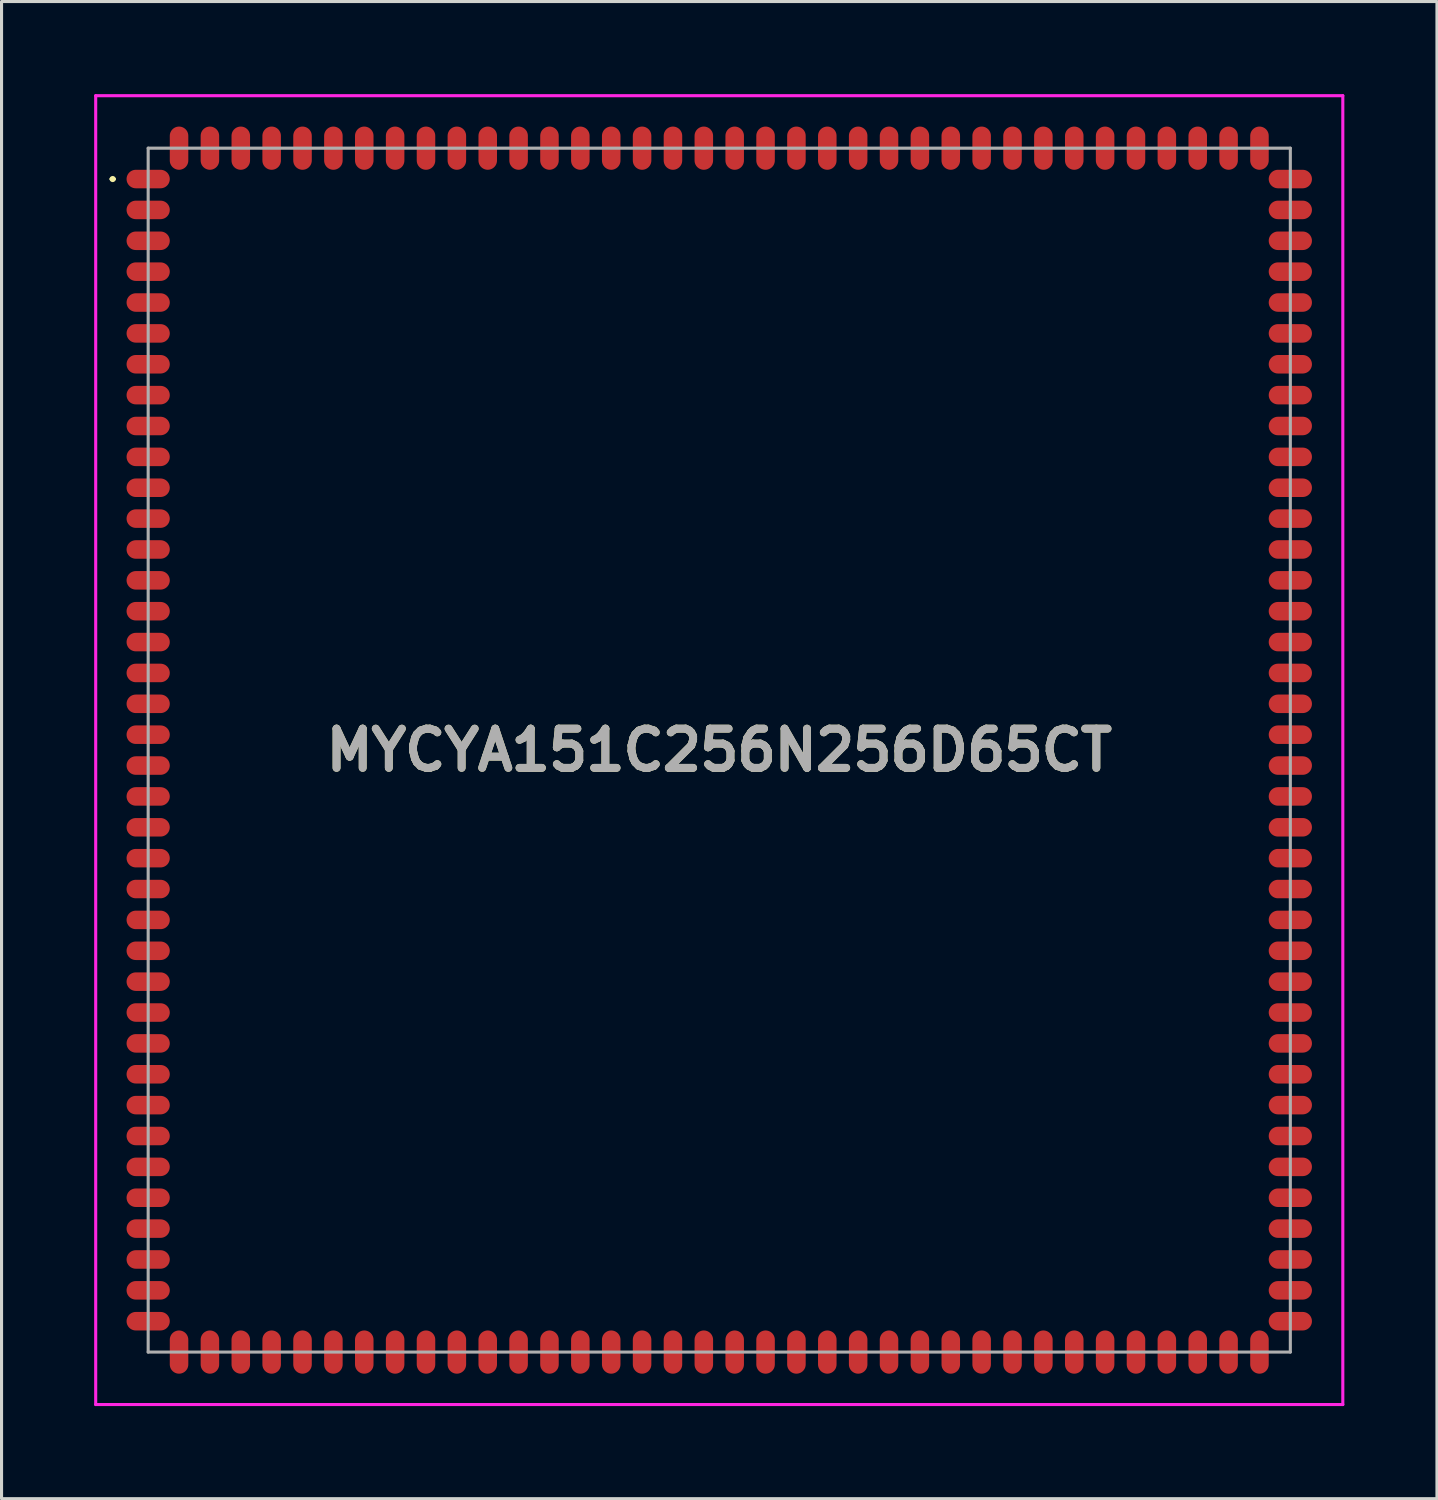
<source format=kicad_pcb>
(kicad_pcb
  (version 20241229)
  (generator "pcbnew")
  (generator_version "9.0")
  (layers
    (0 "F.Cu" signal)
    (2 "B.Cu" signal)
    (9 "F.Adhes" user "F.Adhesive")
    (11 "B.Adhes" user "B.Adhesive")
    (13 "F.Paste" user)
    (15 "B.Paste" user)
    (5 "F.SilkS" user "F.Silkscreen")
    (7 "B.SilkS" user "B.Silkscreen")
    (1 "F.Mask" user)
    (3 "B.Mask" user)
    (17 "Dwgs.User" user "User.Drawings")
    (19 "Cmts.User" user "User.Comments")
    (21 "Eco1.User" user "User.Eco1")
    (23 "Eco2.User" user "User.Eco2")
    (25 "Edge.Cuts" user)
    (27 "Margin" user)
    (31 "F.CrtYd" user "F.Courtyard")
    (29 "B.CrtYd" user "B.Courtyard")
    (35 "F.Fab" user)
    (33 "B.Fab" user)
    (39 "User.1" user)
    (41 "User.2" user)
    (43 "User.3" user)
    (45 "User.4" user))
  (footprint "MYCYA151C256N256D65CT"
    (layer "F.Cu")
    (at 20.25 21.25)
    (property "Reference" "MYCYA151C256N256D65CT" (at 0 0 0) (layer "F.SilkS") (effects (font (size 1.27 1.27) (thickness 0.254))))
    (attr smd)
    (fp_line (start -19.7 -18.5) (end -19.7 -18.5) (stroke (width 0.1) (type solid)) (layer "F.SilkS"))
    (fp_line (start -19.6 -18.5) (end -19.6 -18.5) (stroke (width 0.1) (type solid)) (layer "F.SilkS"))
    (fp_arc (start -19.7 -18.5) (mid -19.65 -18.55) (end -19.6 -18.5) (stroke (width 0.1) (type solid)) (layer "F.SilkS"))
    (fp_arc (start -19.6 -18.5) (mid -19.65 -18.45) (end -19.7 -18.5) (stroke (width 0.1) (type solid)) (layer "F.SilkS"))
    (fp_line (start -20.2 -21.2) (end 20.2 -21.2) (stroke (width 0.1) (type solid)) (layer "F.CrtYd"))
    (fp_line (start -20.2 21.2) (end -20.2 -21.2) (stroke (width 0.1) (type solid)) (layer "F.CrtYd"))
    (fp_line (start 20.2 -21.2) (end 20.2 21.2) (stroke (width 0.1) (type solid)) (layer "F.CrtYd"))
    (fp_line (start 20.2 21.2) (end -20.2 21.2) (stroke (width 0.1) (type solid)) (layer "F.CrtYd"))
    (fp_line (start -18.5 -19.5) (end 18.5 -19.5) (stroke (width 0.1) (type solid)) (layer "F.Fab"))
    (fp_line (start -18.5 19.5) (end -18.5 -19.5) (stroke (width 0.1) (type solid)) (layer "F.Fab"))
    (fp_line (start 18.5 -19.5) (end 18.5 19.5) (stroke (width 0.1) (type solid)) (layer "F.Fab"))
    (fp_line (start 18.5 19.5) (end -18.5 19.5) (stroke (width 0.1) (type solid)) (layer "F.Fab"))
    (fp_text user "${REFERENCE}" (at 0 0 0) (layer "F.Fab") (effects (font (size 1.27 1.27) (thickness 0.254))))
    (pad "1" smd oval (at -18.5 -18.5 90) (size 0.6 1.4) (layers "F.Cu" "F.Mask" "F.Paste"))
    (pad "2" smd oval (at -18.5 -17.5 90) (size 0.6 1.4) (layers "F.Cu" "F.Mask" "F.Paste"))
    (pad "3" smd oval (at -18.5 -16.5 90) (size 0.6 1.4) (layers "F.Cu" "F.Mask" "F.Paste"))
    (pad "4" smd oval (at -18.5 -15.5 90) (size 0.6 1.4) (layers "F.Cu" "F.Mask" "F.Paste"))
    (pad "5" smd oval (at -18.5 -14.5 90) (size 0.6 1.4) (layers "F.Cu" "F.Mask" "F.Paste"))
    (pad "6" smd oval (at -18.5 -13.5 90) (size 0.6 1.4) (layers "F.Cu" "F.Mask" "F.Paste"))
    (pad "7" smd oval (at -18.5 -12.5 90) (size 0.6 1.4) (layers "F.Cu" "F.Mask" "F.Paste"))
    (pad "8" smd oval (at -18.5 -11.5 90) (size 0.6 1.4) (layers "F.Cu" "F.Mask" "F.Paste"))
    (pad "9" smd oval (at -18.5 -10.5 90) (size 0.6 1.4) (layers "F.Cu" "F.Mask" "F.Paste"))
    (pad "10" smd oval (at -18.5 -9.5 90) (size 0.6 1.4) (layers "F.Cu" "F.Mask" "F.Paste"))
    (pad "11" smd oval (at -18.5 -8.5 90) (size 0.6 1.4) (layers "F.Cu" "F.Mask" "F.Paste"))
    (pad "12" smd oval (at -18.5 -7.5 90) (size 0.6 1.4) (layers "F.Cu" "F.Mask" "F.Paste"))
    (pad "13" smd oval (at -18.5 -6.5 90) (size 0.6 1.4) (layers "F.Cu" "F.Mask" "F.Paste"))
    (pad "14" smd oval (at -18.5 -5.5 90) (size 0.6 1.4) (layers "F.Cu" "F.Mask" "F.Paste"))
    (pad "15" smd oval (at -18.5 -4.5 90) (size 0.6 1.4) (layers "F.Cu" "F.Mask" "F.Paste"))
    (pad "16" smd oval (at -18.5 -3.5 90) (size 0.6 1.4) (layers "F.Cu" "F.Mask" "F.Paste"))
    (pad "17" smd oval (at -18.5 -2.5 90) (size 0.6 1.4) (layers "F.Cu" "F.Mask" "F.Paste"))
    (pad "18" smd oval (at -18.5 -1.5 90) (size 0.6 1.4) (layers "F.Cu" "F.Mask" "F.Paste"))
    (pad "19" smd oval (at -18.5 -0.5 90) (size 0.6 1.4) (layers "F.Cu" "F.Mask" "F.Paste"))
    (pad "20" smd oval (at -18.5 0.5 90) (size 0.6 1.4) (layers "F.Cu" "F.Mask" "F.Paste"))
    (pad "21" smd oval (at -18.5 1.5 90) (size 0.6 1.4) (layers "F.Cu" "F.Mask" "F.Paste"))
    (pad "22" smd oval (at -18.5 2.5 90) (size 0.6 1.4) (layers "F.Cu" "F.Mask" "F.Paste"))
    (pad "23" smd oval (at -18.5 3.5 90) (size 0.6 1.4) (layers "F.Cu" "F.Mask" "F.Paste"))
    (pad "24" smd oval (at -18.5 4.5 90) (size 0.6 1.4) (layers "F.Cu" "F.Mask" "F.Paste"))
    (pad "25" smd oval (at -18.5 5.5 90) (size 0.6 1.4) (layers "F.Cu" "F.Mask" "F.Paste"))
    (pad "26" smd oval (at -18.5 6.5 90) (size 0.6 1.4) (layers "F.Cu" "F.Mask" "F.Paste"))
    (pad "27" smd oval (at -18.5 7.5 90) (size 0.6 1.4) (layers "F.Cu" "F.Mask" "F.Paste"))
    (pad "28" smd oval (at -18.5 8.5 90) (size 0.6 1.4) (layers "F.Cu" "F.Mask" "F.Paste"))
    (pad "29" smd oval (at -18.5 9.5 90) (size 0.6 1.4) (layers "F.Cu" "F.Mask" "F.Paste"))
    (pad "30" smd oval (at -18.5 10.5 90) (size 0.6 1.4) (layers "F.Cu" "F.Mask" "F.Paste"))
    (pad "31" smd oval (at -18.5 11.5 90) (size 0.6 1.4) (layers "F.Cu" "F.Mask" "F.Paste"))
    (pad "32" smd oval (at -18.5 12.5 90) (size 0.6 1.4) (layers "F.Cu" "F.Mask" "F.Paste"))
    (pad "33" smd oval (at -18.5 13.5 90) (size 0.6 1.4) (layers "F.Cu" "F.Mask" "F.Paste"))
    (pad "34" smd oval (at -18.5 14.5 90) (size 0.6 1.4) (layers "F.Cu" "F.Mask" "F.Paste"))
    (pad "35" smd oval (at -18.5 15.5 90) (size 0.6 1.4) (layers "F.Cu" "F.Mask" "F.Paste"))
    (pad "36" smd oval (at -18.5 16.5 90) (size 0.6 1.4) (layers "F.Cu" "F.Mask" "F.Paste"))
    (pad "37" smd oval (at -18.5 17.5 90) (size 0.6 1.4) (layers "F.Cu" "F.Mask" "F.Paste"))
    (pad "38" smd oval (at -18.5 18.5 90) (size 0.6 1.4) (layers "F.Cu" "F.Mask" "F.Paste"))
    (pad "39" smd oval (at -17.5 19.5) (size 0.6 1.4) (layers "F.Cu" "F.Mask" "F.Paste"))
    (pad "40" smd oval (at -16.5 19.5) (size 0.6 1.4) (layers "F.Cu" "F.Mask" "F.Paste"))
    (pad "41" smd oval (at -15.5 19.5) (size 0.6 1.4) (layers "F.Cu" "F.Mask" "F.Paste"))
    (pad "42" smd oval (at -14.5 19.5) (size 0.6 1.4) (layers "F.Cu" "F.Mask" "F.Paste"))
    (pad "43" smd oval (at -13.5 19.5) (size 0.6 1.4) (layers "F.Cu" "F.Mask" "F.Paste"))
    (pad "44" smd oval (at -12.5 19.5) (size 0.6 1.4) (layers "F.Cu" "F.Mask" "F.Paste"))
    (pad "45" smd oval (at -11.5 19.5) (size 0.6 1.4) (layers "F.Cu" "F.Mask" "F.Paste"))
    (pad "46" smd oval (at -10.5 19.5) (size 0.6 1.4) (layers "F.Cu" "F.Mask" "F.Paste"))
    (pad "47" smd oval (at -9.5 19.5) (size 0.6 1.4) (layers "F.Cu" "F.Mask" "F.Paste"))
    (pad "48" smd oval (at -8.5 19.5) (size 0.6 1.4) (layers "F.Cu" "F.Mask" "F.Paste"))
    (pad "49" smd oval (at -7.5 19.5) (size 0.6 1.4) (layers "F.Cu" "F.Mask" "F.Paste"))
    (pad "50" smd oval (at -6.5 19.5) (size 0.6 1.4) (layers "F.Cu" "F.Mask" "F.Paste"))
    (pad "51" smd oval (at -5.5 19.5) (size 0.6 1.4) (layers "F.Cu" "F.Mask" "F.Paste"))
    (pad "52" smd oval (at -4.5 19.5) (size 0.6 1.4) (layers "F.Cu" "F.Mask" "F.Paste"))
    (pad "53" smd oval (at -3.5 19.5) (size 0.6 1.4) (layers "F.Cu" "F.Mask" "F.Paste"))
    (pad "54" smd oval (at -2.5 19.5) (size 0.6 1.4) (layers "F.Cu" "F.Mask" "F.Paste"))
    (pad "55" smd oval (at -1.5 19.5) (size 0.6 1.4) (layers "F.Cu" "F.Mask" "F.Paste"))
    (pad "56" smd oval (at -0.5 19.5) (size 0.6 1.4) (layers "F.Cu" "F.Mask" "F.Paste"))
    (pad "57" smd oval (at 0.5 19.5) (size 0.6 1.4) (layers "F.Cu" "F.Mask" "F.Paste"))
    (pad "58" smd oval (at 1.5 19.5) (size 0.6 1.4) (layers "F.Cu" "F.Mask" "F.Paste"))
    (pad "59" smd oval (at 2.5 19.5) (size 0.6 1.4) (layers "F.Cu" "F.Mask" "F.Paste"))
    (pad "60" smd oval (at 3.5 19.5) (size 0.6 1.4) (layers "F.Cu" "F.Mask" "F.Paste"))
    (pad "61" smd oval (at 4.5 19.5) (size 0.6 1.4) (layers "F.Cu" "F.Mask" "F.Paste"))
    (pad "62" smd oval (at 5.5 19.5) (size 0.6 1.4) (layers "F.Cu" "F.Mask" "F.Paste"))
    (pad "63" smd oval (at 6.5 19.5) (size 0.6 1.4) (layers "F.Cu" "F.Mask" "F.Paste"))
    (pad "64" smd oval (at 7.5 19.5) (size 0.6 1.4) (layers "F.Cu" "F.Mask" "F.Paste"))
    (pad "65" smd oval (at 8.5 19.5) (size 0.6 1.4) (layers "F.Cu" "F.Mask" "F.Paste"))
    (pad "66" smd oval (at 9.5 19.5) (size 0.6 1.4) (layers "F.Cu" "F.Mask" "F.Paste"))
    (pad "67" smd oval (at 10.5 19.5) (size 0.6 1.4) (layers "F.Cu" "F.Mask" "F.Paste"))
    (pad "68" smd oval (at 11.5 19.5) (size 0.6 1.4) (layers "F.Cu" "F.Mask" "F.Paste"))
    (pad "69" smd oval (at 12.5 19.5) (size 0.6 1.4) (layers "F.Cu" "F.Mask" "F.Paste"))
    (pad "70" smd oval (at 13.5 19.5) (size 0.6 1.4) (layers "F.Cu" "F.Mask" "F.Paste"))
    (pad "71" smd oval (at 14.5 19.5) (size 0.6 1.4) (layers "F.Cu" "F.Mask" "F.Paste"))
    (pad "72" smd oval (at 15.5 19.5) (size 0.6 1.4) (layers "F.Cu" "F.Mask" "F.Paste"))
    (pad "73" smd oval (at 16.5 19.5) (size 0.6 1.4) (layers "F.Cu" "F.Mask" "F.Paste"))
    (pad "74" smd oval (at 17.5 19.5) (size 0.6 1.4) (layers "F.Cu" "F.Mask" "F.Paste"))
    (pad "75" smd oval (at 18.5 18.5 90) (size 0.6 1.4) (layers "F.Cu" "F.Mask" "F.Paste"))
    (pad "76" smd oval (at 18.5 17.5 90) (size 0.6 1.4) (layers "F.Cu" "F.Mask" "F.Paste"))
    (pad "77" smd oval (at 18.5 16.5 90) (size 0.6 1.4) (layers "F.Cu" "F.Mask" "F.Paste"))
    (pad "78" smd oval (at 18.5 15.5 90) (size 0.6 1.4) (layers "F.Cu" "F.Mask" "F.Paste"))
    (pad "79" smd oval (at 18.5 14.5 90) (size 0.6 1.4) (layers "F.Cu" "F.Mask" "F.Paste"))
    (pad "80" smd oval (at 18.5 13.5 90) (size 0.6 1.4) (layers "F.Cu" "F.Mask" "F.Paste"))
    (pad "81" smd oval (at 18.5 12.5 90) (size 0.6 1.4) (layers "F.Cu" "F.Mask" "F.Paste"))
    (pad "82" smd oval (at 18.5 11.5 90) (size 0.6 1.4) (layers "F.Cu" "F.Mask" "F.Paste"))
    (pad "83" smd oval (at 18.5 10.5 90) (size 0.6 1.4) (layers "F.Cu" "F.Mask" "F.Paste"))
    (pad "84" smd oval (at 18.5 9.5 90) (size 0.6 1.4) (layers "F.Cu" "F.Mask" "F.Paste"))
    (pad "85" smd oval (at 18.5 8.5 90) (size 0.6 1.4) (layers "F.Cu" "F.Mask" "F.Paste"))
    (pad "86" smd oval (at 18.5 7.5 90) (size 0.6 1.4) (layers "F.Cu" "F.Mask" "F.Paste"))
    (pad "87" smd oval (at 18.5 6.5 90) (size 0.6 1.4) (layers "F.Cu" "F.Mask" "F.Paste"))
    (pad "88" smd oval (at 18.5 5.5 90) (size 0.6 1.4) (layers "F.Cu" "F.Mask" "F.Paste"))
    (pad "89" smd oval (at 18.5 4.5 90) (size 0.6 1.4) (layers "F.Cu" "F.Mask" "F.Paste"))
    (pad "90" smd oval (at 18.5 3.5 90) (size 0.6 1.4) (layers "F.Cu" "F.Mask" "F.Paste"))
    (pad "91" smd oval (at 18.5 2.5 90) (size 0.6 1.4) (layers "F.Cu" "F.Mask" "F.Paste"))
    (pad "92" smd oval (at 18.5 1.5 90) (size 0.6 1.4) (layers "F.Cu" "F.Mask" "F.Paste"))
    (pad "93" smd oval (at 18.5 0.5 90) (size 0.6 1.4) (layers "F.Cu" "F.Mask" "F.Paste"))
    (pad "94" smd oval (at 18.5 -0.5 90) (size 0.6 1.4) (layers "F.Cu" "F.Mask" "F.Paste"))
    (pad "95" smd oval (at 18.5 -1.5 90) (size 0.6 1.4) (layers "F.Cu" "F.Mask" "F.Paste"))
    (pad "96" smd oval (at 18.5 -2.5 90) (size 0.6 1.4) (layers "F.Cu" "F.Mask" "F.Paste"))
    (pad "97" smd oval (at 18.5 -3.5 90) (size 0.6 1.4) (layers "F.Cu" "F.Mask" "F.Paste"))
    (pad "98" smd oval (at 18.5 -4.5 90) (size 0.6 1.4) (layers "F.Cu" "F.Mask" "F.Paste"))
    (pad "99" smd oval (at 18.5 -5.5 90) (size 0.6 1.4) (layers "F.Cu" "F.Mask" "F.Paste"))
    (pad "100" smd oval (at 18.5 -6.5 90) (size 0.6 1.4) (layers "F.Cu" "F.Mask" "F.Paste"))
    (pad "101" smd oval (at 18.5 -7.5 90) (size 0.6 1.4) (layers "F.Cu" "F.Mask" "F.Paste"))
    (pad "102" smd oval (at 18.5 -8.5 90) (size 0.6 1.4) (layers "F.Cu" "F.Mask" "F.Paste"))
    (pad "103" smd oval (at 18.5 -9.5 90) (size 0.6 1.4) (layers "F.Cu" "F.Mask" "F.Paste"))
    (pad "104" smd oval (at 18.5 -10.5 90) (size 0.6 1.4) (layers "F.Cu" "F.Mask" "F.Paste"))
    (pad "105" smd oval (at 18.5 -11.5 90) (size 0.6 1.4) (layers "F.Cu" "F.Mask" "F.Paste"))
    (pad "106" smd oval (at 18.5 -12.5 90) (size 0.6 1.4) (layers "F.Cu" "F.Mask" "F.Paste"))
    (pad "107" smd oval (at 18.5 -13.5 90) (size 0.6 1.4) (layers "F.Cu" "F.Mask" "F.Paste"))
    (pad "108" smd oval (at 18.5 -14.5 90) (size 0.6 1.4) (layers "F.Cu" "F.Mask" "F.Paste"))
    (pad "109" smd oval (at 18.5 -15.5 90) (size 0.6 1.4) (layers "F.Cu" "F.Mask" "F.Paste"))
    (pad "110" smd oval (at 18.5 -16.5 90) (size 0.6 1.4) (layers "F.Cu" "F.Mask" "F.Paste"))
    (pad "111" smd oval (at 18.5 -17.5 90) (size 0.6 1.4) (layers "F.Cu" "F.Mask" "F.Paste"))
    (pad "112" smd oval (at 18.5 -18.5 90) (size 0.6 1.4) (layers "F.Cu" "F.Mask" "F.Paste"))
    (pad "113" smd oval (at 17.5 -19.5) (size 0.6 1.4) (layers "F.Cu" "F.Mask" "F.Paste"))
    (pad "114" smd oval (at 16.5 -19.5) (size 0.6 1.4) (layers "F.Cu" "F.Mask" "F.Paste"))
    (pad "115" smd oval (at 15.5 -19.5) (size 0.6 1.4) (layers "F.Cu" "F.Mask" "F.Paste"))
    (pad "116" smd oval (at 14.5 -19.5) (size 0.6 1.4) (layers "F.Cu" "F.Mask" "F.Paste"))
    (pad "117" smd oval (at 13.5 -19.5) (size 0.6 1.4) (layers "F.Cu" "F.Mask" "F.Paste"))
    (pad "118" smd oval (at 12.5 -19.5) (size 0.6 1.4) (layers "F.Cu" "F.Mask" "F.Paste"))
    (pad "119" smd oval (at 11.5 -19.5) (size 0.6 1.4) (layers "F.Cu" "F.Mask" "F.Paste"))
    (pad "120" smd oval (at 10.5 -19.5) (size 0.6 1.4) (layers "F.Cu" "F.Mask" "F.Paste"))
    (pad "121" smd oval (at 9.5 -19.5) (size 0.6 1.4) (layers "F.Cu" "F.Mask" "F.Paste"))
    (pad "122" smd oval (at 8.5 -19.5) (size 0.6 1.4) (layers "F.Cu" "F.Mask" "F.Paste"))
    (pad "123" smd oval (at 7.5 -19.5) (size 0.6 1.4) (layers "F.Cu" "F.Mask" "F.Paste"))
    (pad "124" smd oval (at 6.5 -19.5) (size 0.6 1.4) (layers "F.Cu" "F.Mask" "F.Paste"))
    (pad "125" smd oval (at 5.5 -19.5) (size 0.6 1.4) (layers "F.Cu" "F.Mask" "F.Paste"))
    (pad "126" smd oval (at 4.5 -19.5) (size 0.6 1.4) (layers "F.Cu" "F.Mask" "F.Paste"))
    (pad "127" smd oval (at 3.5 -19.5) (size 0.6 1.4) (layers "F.Cu" "F.Mask" "F.Paste"))
    (pad "128" smd oval (at 2.5 -19.5) (size 0.6 1.4) (layers "F.Cu" "F.Mask" "F.Paste"))
    (pad "129" smd oval (at 1.5 -19.5) (size 0.6 1.4) (layers "F.Cu" "F.Mask" "F.Paste"))
    (pad "130" smd oval (at 0.5 -19.5) (size 0.6 1.4) (layers "F.Cu" "F.Mask" "F.Paste"))
    (pad "131" smd oval (at -0.5 -19.5) (size 0.6 1.4) (layers "F.Cu" "F.Mask" "F.Paste"))
    (pad "132" smd oval (at -1.5 -19.5) (size 0.6 1.4) (layers "F.Cu" "F.Mask" "F.Paste"))
    (pad "133" smd oval (at -2.5 -19.5) (size 0.6 1.4) (layers "F.Cu" "F.Mask" "F.Paste"))
    (pad "134" smd oval (at -3.5 -19.5) (size 0.6 1.4) (layers "F.Cu" "F.Mask" "F.Paste"))
    (pad "135" smd oval (at -4.5 -19.5) (size 0.6 1.4) (layers "F.Cu" "F.Mask" "F.Paste"))
    (pad "136" smd oval (at -5.5 -19.5) (size 0.6 1.4) (layers "F.Cu" "F.Mask" "F.Paste"))
    (pad "137" smd oval (at -6.5 -19.5) (size 0.6 1.4) (layers "F.Cu" "F.Mask" "F.Paste"))
    (pad "138" smd oval (at -7.5 -19.5) (size 0.6 1.4) (layers "F.Cu" "F.Mask" "F.Paste"))
    (pad "139" smd oval (at -8.5 -19.5) (size 0.6 1.4) (layers "F.Cu" "F.Mask" "F.Paste"))
    (pad "140" smd oval (at -9.5 -19.5) (size 0.6 1.4) (layers "F.Cu" "F.Mask" "F.Paste"))
    (pad "141" smd oval (at -10.5 -19.5) (size 0.6 1.4) (layers "F.Cu" "F.Mask" "F.Paste"))
    (pad "142" smd oval (at -11.5 -19.5) (size 0.6 1.4) (layers "F.Cu" "F.Mask" "F.Paste"))
    (pad "143" smd oval (at -12.5 -19.5) (size 0.6 1.4) (layers "F.Cu" "F.Mask" "F.Paste"))
    (pad "144" smd oval (at -13.5 -19.5) (size 0.6 1.4) (layers "F.Cu" "F.Mask" "F.Paste"))
    (pad "145" smd oval (at -14.5 -19.5) (size 0.6 1.4) (layers "F.Cu" "F.Mask" "F.Paste"))
    (pad "146" smd oval (at -15.5 -19.5) (size 0.6 1.4) (layers "F.Cu" "F.Mask" "F.Paste"))
    (pad "147" smd oval (at -16.5 -19.5) (size 0.6 1.4) (layers "F.Cu" "F.Mask" "F.Paste"))
    (pad "148" smd oval (at -17.5 -19.5) (size 0.6 1.4) (layers "F.Cu" "F.Mask" "F.Paste")))
  (gr_rect
    (start -3 -3)
    (end 43.5 45.5)
    (stroke (width 0.1) (type default))
    (fill no)
    (layer "Edge.Cuts")))
</source>
